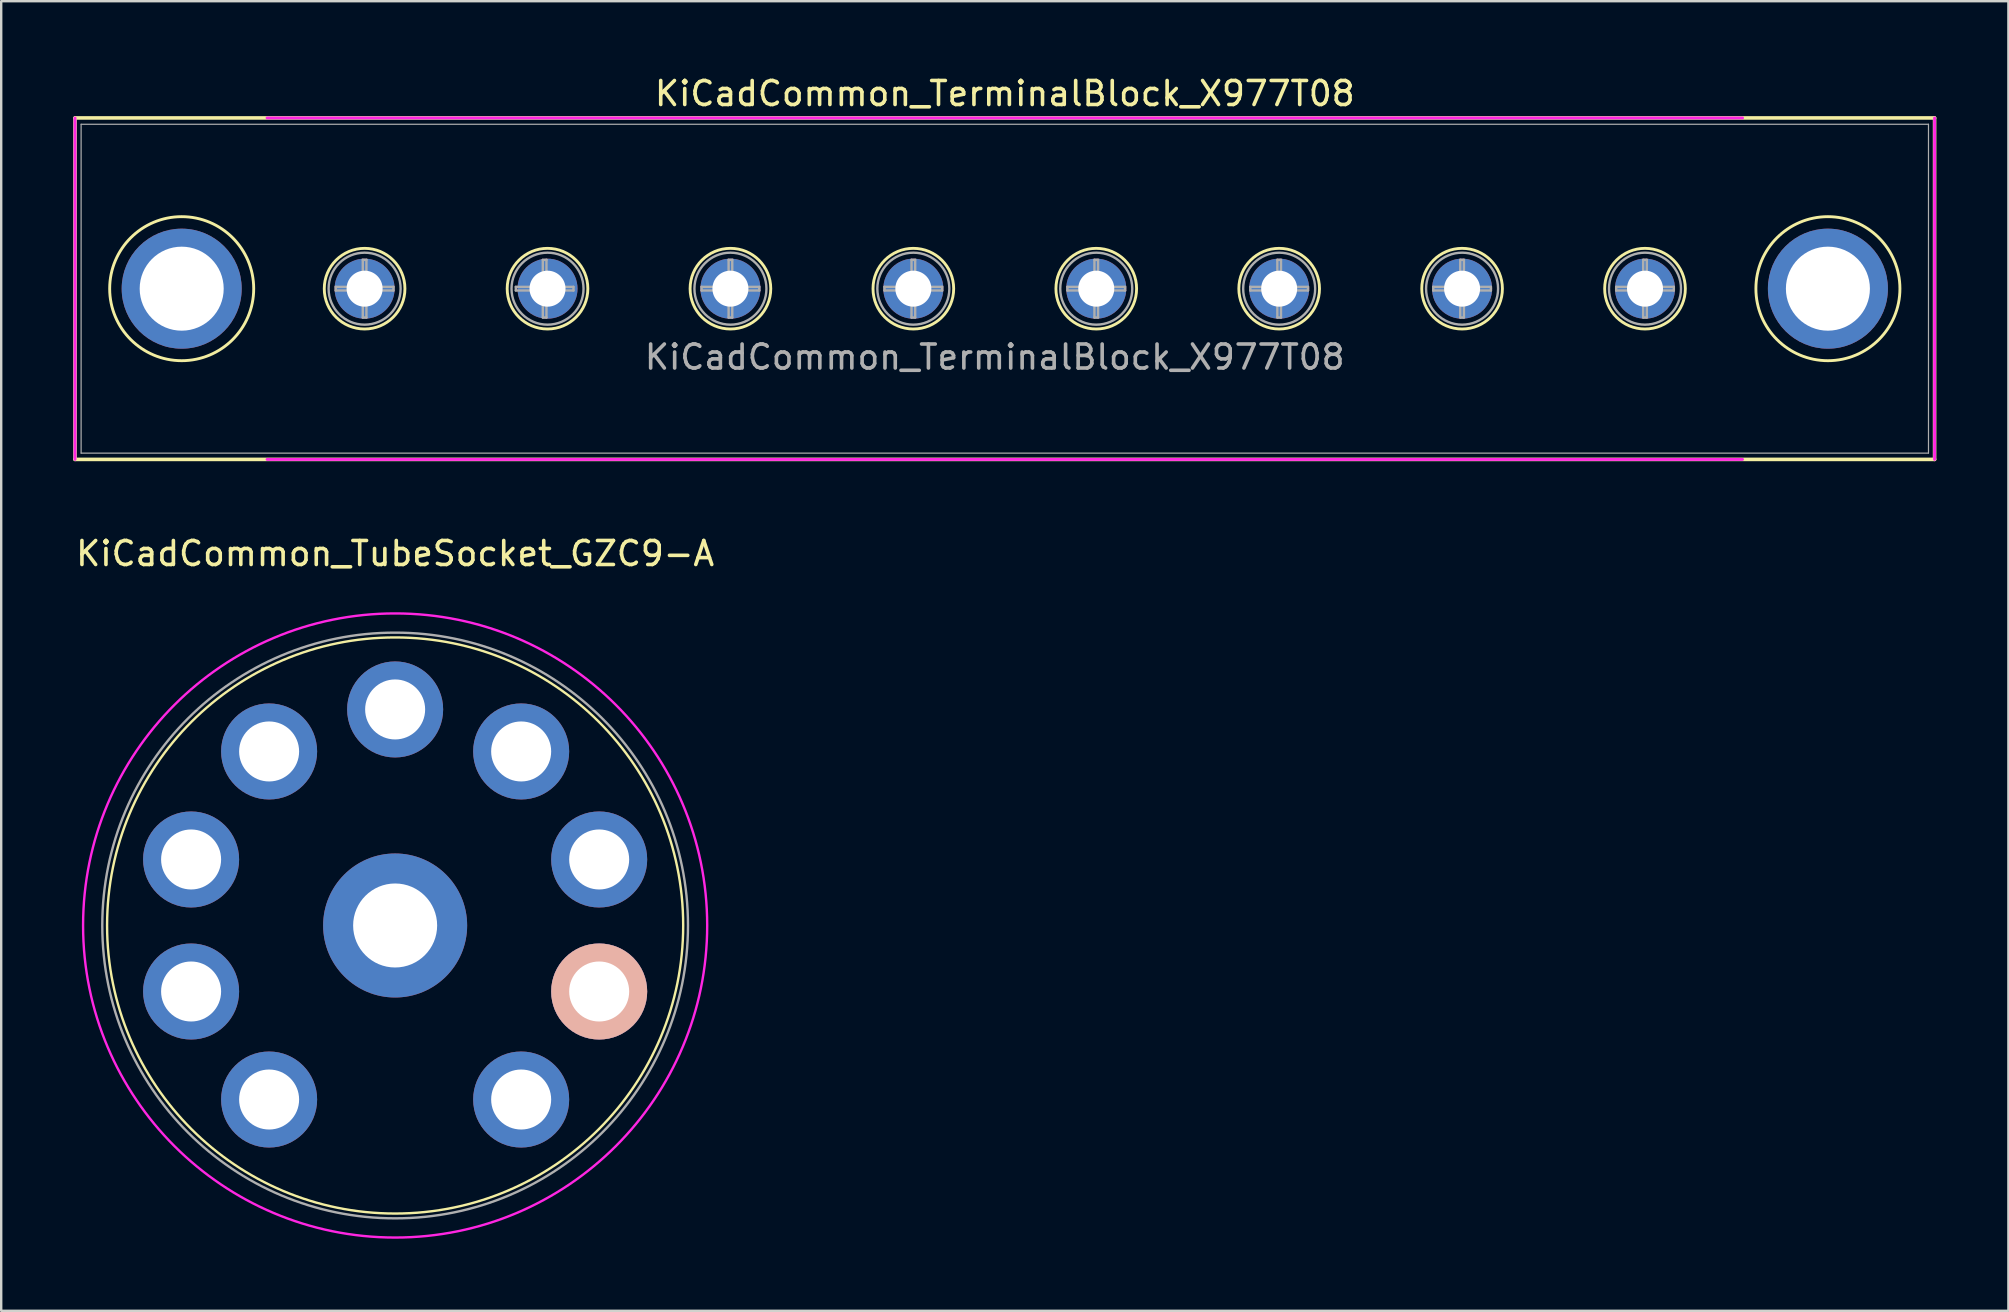
<source format=kicad_pcb>
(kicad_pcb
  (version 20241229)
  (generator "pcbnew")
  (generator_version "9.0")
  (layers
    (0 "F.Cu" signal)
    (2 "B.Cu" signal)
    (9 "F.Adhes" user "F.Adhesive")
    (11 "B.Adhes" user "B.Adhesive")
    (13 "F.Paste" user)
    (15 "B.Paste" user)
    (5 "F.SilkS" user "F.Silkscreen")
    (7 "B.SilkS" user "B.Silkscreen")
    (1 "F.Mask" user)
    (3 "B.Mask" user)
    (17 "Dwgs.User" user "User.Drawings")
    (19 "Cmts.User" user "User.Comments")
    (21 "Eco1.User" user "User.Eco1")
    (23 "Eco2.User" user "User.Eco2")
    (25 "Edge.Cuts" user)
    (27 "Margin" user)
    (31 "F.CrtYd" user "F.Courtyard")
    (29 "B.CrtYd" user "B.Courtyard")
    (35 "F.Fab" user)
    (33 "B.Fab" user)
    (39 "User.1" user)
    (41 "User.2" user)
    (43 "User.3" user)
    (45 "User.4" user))
  (footprint "KiCadCommon_TubeSocket_GZC9-A"
    (layer "F.Cu")
    (at 13.411 35.505)
    (property "Reference" "KiCadCommon_TubeSocket_GZC9-A" (at 0 -15.494 0) (layer "F.SilkS") (effects (font (size 1 1) (thickness 0.15))))
    (attr through_hole)
    (fp_circle (center 0 0) (end 12 0) (stroke (width 0.1) (type solid)) (fill no) (layer "F.SilkS"))
    (fp_circle (center 0 0) (end 13 0) (stroke (width 0.1) (type solid)) (fill no) (layer "F.CrtYd"))
    (fp_circle (center 0 0) (end 12.2 0) (stroke (width 0.1) (type solid)) (fill no) (layer "F.Fab"))
    (pad "1" thru_hole circle (at 5.25 7.25) (size 4 4) (drill 2.5) (layers "*.Cu" "*.Mask"))
    (pad "2" thru_hole circle (at 8.5 2.75) (size 4 4) (drill 2.5) (layers "*.Cu" "*.Mask" "B.SilkS"))
    (pad "3" thru_hole circle (at 8.5 -2.75) (size 4 4) (drill 2.5) (layers "*.Cu" "*.Mask"))
    (pad "4" thru_hole circle (at 5.25 -7.25) (size 4 4) (drill 2.5) (layers "*.Cu" "*.Mask"))
    (pad "5" thru_hole circle (at 0 -9) (size 4 4) (drill 2.5) (layers "*.Cu" "*.Mask"))
    (pad "6" thru_hole circle (at -5.25 -7.25) (size 4 4) (drill 2.5) (layers "*.Cu" "*.Mask"))
    (pad "7" thru_hole circle (at -8.5 -2.75) (size 4 4) (drill 2.5) (layers "*.Cu" "*.Mask"))
    (pad "8" thru_hole circle (at -8.5 2.75) (size 4 4) (drill 2.5) (layers "*.Cu" "*.Mask"))
    (pad "9" thru_hole circle (at -5.25 7.25) (size 4 4) (drill 2.5) (layers "*.Cu" "*.Mask"))
    (pad "10" thru_hole circle (at 0 0) (size 6 6) (drill 3.5) (layers "*.Cu" "*.Mask")))
  (footprint "KiCadCommon_TerminalBlock_X977T08"
    (layer "F.Cu")
    (at 12.139 8.976)
    (property "Reference" "KiCadCommon_TerminalBlock_X977T08" (at 26.67 -8.128 0) (layer "F.SilkS") (effects (font (size 1 1) (thickness 0.15))))
    (attr through_hole)
    (fp_line (start -12.064 -7.112) (end -12.064 7.112) (stroke (width 0.15) (type solid)) (layer "F.SilkS"))
    (fp_line (start -12.064 7.112) (end 65.404 7.112) (stroke (width 0.15) (type solid)) (layer "F.SilkS"))
    (fp_line (start 65.404 -7.112) (end -12.064 -7.112) (stroke (width 0.15) (type solid)) (layer "F.SilkS"))
    (fp_line (start 65.404 7.112) (end 65.404 -7.112) (stroke (width 0.15) (type solid)) (layer "F.SilkS"))
    (fp_circle (center -7.62 0) (end -4.62 0) (stroke (width 0.12) (type solid)) (fill no) (layer "F.SilkS"))
    (fp_circle (center 0 0) (end 1.68 0) (stroke (width 0.12) (type solid)) (fill no) (layer "F.SilkS"))
    (fp_circle (center 7.62 0) (end 9.3 0) (stroke (width 0.12) (type solid)) (fill no) (layer "F.SilkS"))
    (fp_circle (center 15.24 0) (end 16.92 0) (stroke (width 0.12) (type solid)) (fill no) (layer "F.SilkS"))
    (fp_circle (center 22.86 0) (end 24.54 0) (stroke (width 0.12) (type solid)) (fill no) (layer "F.SilkS"))
    (fp_circle (center 30.48 0) (end 32.16 0) (stroke (width 0.12) (type solid)) (fill no) (layer "F.SilkS"))
    (fp_circle (center 38.1 0) (end 39.78 0) (stroke (width 0.12) (type solid)) (fill no) (layer "F.SilkS"))
    (fp_circle (center 45.72 0) (end 47.4 0) (stroke (width 0.12) (type solid)) (fill no) (layer "F.SilkS"))
    (fp_circle (center 53.34 0) (end 55.02 0) (stroke (width 0.12) (type solid)) (fill no) (layer "F.SilkS"))
    (fp_circle (center 60.96 0) (end 63.96 0) (stroke (width 0.12) (type solid)) (fill no) (layer "F.SilkS"))
    (fp_line (start -12.064 7.112) (end -12.064 -7.112) (stroke (width 0.12) (type solid)) (layer "F.CrtYd"))
    (fp_line (start -4.064 -7.112) (end 57.404 -7.112) (stroke (width 0.12) (type solid)) (layer "F.CrtYd"))
    (fp_line (start 57.404 7.112) (end -4.064 7.112) (stroke (width 0.12) (type solid)) (layer "F.CrtYd"))
    (fp_line (start 65.404 -7.112) (end 65.404 7.112) (stroke (width 0.12) (type solid)) (layer "F.CrtYd"))
    (fp_line (start -11.81 -6.85) (end -11.81 6.85) (stroke (width 0.05) (type solid)) (layer "F.Fab"))
    (fp_line (start -11.81 6.85) (end 65.15 6.85) (stroke (width 0.05) (type solid)) (layer "F.Fab"))
    (fp_line (start -1.201 -0.076) (end -0.076 -0.076) (stroke (width 0.1) (type solid)) (layer "F.Fab"))
    (fp_line (start -1.201 0.076) (end -1.201 -0.076) (stroke (width 0.1) (type solid)) (layer "F.Fab"))
    (fp_line (start -0.076 -1.201) (end 0.076 -1.201) (stroke (width 0.1) (type solid)) (layer "F.Fab"))
    (fp_line (start -0.076 -0.076) (end -0.076 -1.201) (stroke (width 0.1) (type solid)) (layer "F.Fab"))
    (fp_line (start -0.076 0.076) (end -1.201 0.076) (stroke (width 0.1) (type solid)) (layer "F.Fab"))
    (fp_line (start -0.076 1.201) (end -0.076 0.076) (stroke (width 0.1) (type solid)) (layer "F.Fab"))
    (fp_line (start 0.076 -1.201) (end 0.076 -0.076) (stroke (width 0.1) (type solid)) (layer "F.Fab"))
    (fp_line (start 0.076 -0.076) (end 1.201 -0.076) (stroke (width 0.1) (type solid)) (layer "F.Fab"))
    (fp_line (start 0.076 0.076) (end 0.076 1.201) (stroke (width 0.1) (type solid)) (layer "F.Fab"))
    (fp_line (start 0.076 1.201) (end -0.076 1.201) (stroke (width 0.1) (type solid)) (layer "F.Fab"))
    (fp_line (start 1.201 -0.076) (end 1.201 0.076) (stroke (width 0.1) (type solid)) (layer "F.Fab"))
    (fp_line (start 1.201 0.076) (end 0.076 0.076) (stroke (width 0.1) (type solid)) (layer "F.Fab"))
    (fp_line (start 6.299 -0.076) (end 7.424 -0.076) (stroke (width 0.1) (type solid)) (layer "F.Fab"))
    (fp_line (start 6.299 0.076) (end 6.299 -0.076) (stroke (width 0.1) (type solid)) (layer "F.Fab"))
    (fp_line (start 7.424 -1.201) (end 7.576 -1.201) (stroke (width 0.1) (type solid)) (layer "F.Fab"))
    (fp_line (start 7.424 -0.076) (end 7.424 -1.201) (stroke (width 0.1) (type solid)) (layer "F.Fab"))
    (fp_line (start 7.424 0.076) (end 6.299 0.076) (stroke (width 0.1) (type solid)) (layer "F.Fab"))
    (fp_line (start 7.424 1.201) (end 7.424 0.076) (stroke (width 0.1) (type solid)) (layer "F.Fab"))
    (fp_line (start 7.576 -1.201) (end 7.576 -0.076) (stroke (width 0.1) (type solid)) (layer "F.Fab"))
    (fp_line (start 7.576 -0.076) (end 8.701 -0.076) (stroke (width 0.1) (type solid)) (layer "F.Fab"))
    (fp_line (start 7.576 0.076) (end 7.576 1.201) (stroke (width 0.1) (type solid)) (layer "F.Fab"))
    (fp_line (start 7.576 1.201) (end 7.424 1.201) (stroke (width 0.1) (type solid)) (layer "F.Fab"))
    (fp_line (start 8.701 -0.076) (end 8.701 0.076) (stroke (width 0.1) (type solid)) (layer "F.Fab"))
    (fp_line (start 8.701 0.076) (end 7.576 0.076) (stroke (width 0.1) (type solid)) (layer "F.Fab"))
    (fp_line (start 14.039 -0.076) (end 15.164 -0.076) (stroke (width 0.1) (type solid)) (layer "F.Fab"))
    (fp_line (start 14.039 0.076) (end 14.039 -0.076) (stroke (width 0.1) (type solid)) (layer "F.Fab"))
    (fp_line (start 15.164 -1.201) (end 15.316 -1.201) (stroke (width 0.1) (type solid)) (layer "F.Fab"))
    (fp_line (start 15.164 -0.076) (end 15.164 -1.201) (stroke (width 0.1) (type solid)) (layer "F.Fab"))
    (fp_line (start 15.164 0.076) (end 14.039 0.076) (stroke (width 0.1) (type solid)) (layer "F.Fab"))
    (fp_line (start 15.164 1.201) (end 15.164 0.076) (stroke (width 0.1) (type solid)) (layer "F.Fab"))
    (fp_line (start 15.316 -1.201) (end 15.316 -0.076) (stroke (width 0.1) (type solid)) (layer "F.Fab"))
    (fp_line (start 15.316 -0.076) (end 16.441 -0.076) (stroke (width 0.1) (type solid)) (layer "F.Fab"))
    (fp_line (start 15.316 0.076) (end 15.316 1.201) (stroke (width 0.1) (type solid)) (layer "F.Fab"))
    (fp_line (start 15.316 1.201) (end 15.164 1.201) (stroke (width 0.1) (type solid)) (layer "F.Fab"))
    (fp_line (start 16.441 -0.076) (end 16.441 0.076) (stroke (width 0.1) (type solid)) (layer "F.Fab"))
    (fp_line (start 16.441 0.076) (end 15.316 0.076) (stroke (width 0.1) (type solid)) (layer "F.Fab"))
    (fp_line (start 21.659 -0.076) (end 22.784 -0.076) (stroke (width 0.1) (type solid)) (layer "F.Fab"))
    (fp_line (start 21.659 0.076) (end 21.659 -0.076) (stroke (width 0.1) (type solid)) (layer "F.Fab"))
    (fp_line (start 22.784 -1.201) (end 22.936 -1.201) (stroke (width 0.1) (type solid)) (layer "F.Fab"))
    (fp_line (start 22.784 -0.076) (end 22.784 -1.201) (stroke (width 0.1) (type solid)) (layer "F.Fab"))
    (fp_line (start 22.784 0.076) (end 21.659 0.076) (stroke (width 0.1) (type solid)) (layer "F.Fab"))
    (fp_line (start 22.784 1.201) (end 22.784 0.076) (stroke (width 0.1) (type solid)) (layer "F.Fab"))
    (fp_line (start 22.936 -1.201) (end 22.936 -0.076) (stroke (width 0.1) (type solid)) (layer "F.Fab"))
    (fp_line (start 22.936 -0.076) (end 24.061 -0.076) (stroke (width 0.1) (type solid)) (layer "F.Fab"))
    (fp_line (start 22.936 0.076) (end 22.936 1.201) (stroke (width 0.1) (type solid)) (layer "F.Fab"))
    (fp_line (start 22.936 1.201) (end 22.784 1.201) (stroke (width 0.1) (type solid)) (layer "F.Fab"))
    (fp_line (start 24.061 -0.076) (end 24.061 0.076) (stroke (width 0.1) (type solid)) (layer "F.Fab"))
    (fp_line (start 24.061 0.076) (end 22.936 0.076) (stroke (width 0.1) (type solid)) (layer "F.Fab"))
    (fp_line (start 29.279 -0.076) (end 30.404 -0.076) (stroke (width 0.1) (type solid)) (layer "F.Fab"))
    (fp_line (start 29.279 0.076) (end 29.279 -0.076) (stroke (width 0.1) (type solid)) (layer "F.Fab"))
    (fp_line (start 30.404 -1.201) (end 30.556 -1.201) (stroke (width 0.1) (type solid)) (layer "F.Fab"))
    (fp_line (start 30.404 -0.076) (end 30.404 -1.201) (stroke (width 0.1) (type solid)) (layer "F.Fab"))
    (fp_line (start 30.404 0.076) (end 29.279 0.076) (stroke (width 0.1) (type solid)) (layer "F.Fab"))
    (fp_line (start 30.404 1.201) (end 30.404 0.076) (stroke (width 0.1) (type solid)) (layer "F.Fab"))
    (fp_line (start 30.556 -1.201) (end 30.556 -0.076) (stroke (width 0.1) (type solid)) (layer "F.Fab"))
    (fp_line (start 30.556 -0.076) (end 31.681 -0.076) (stroke (width 0.1) (type solid)) (layer "F.Fab"))
    (fp_line (start 30.556 0.076) (end 30.556 1.201) (stroke (width 0.1) (type solid)) (layer "F.Fab"))
    (fp_line (start 30.556 1.201) (end 30.404 1.201) (stroke (width 0.1) (type solid)) (layer "F.Fab"))
    (fp_line (start 31.681 -0.076) (end 31.681 0.076) (stroke (width 0.1) (type solid)) (layer "F.Fab"))
    (fp_line (start 31.681 0.076) (end 30.556 0.076) (stroke (width 0.1) (type solid)) (layer "F.Fab"))
    (fp_line (start 36.899 -0.076) (end 38.024 -0.076) (stroke (width 0.1) (type solid)) (layer "F.Fab"))
    (fp_line (start 36.899 0.076) (end 36.899 -0.076) (stroke (width 0.1) (type solid)) (layer "F.Fab"))
    (fp_line (start 38.024 -1.201) (end 38.176 -1.201) (stroke (width 0.1) (type solid)) (layer "F.Fab"))
    (fp_line (start 38.024 -0.076) (end 38.024 -1.201) (stroke (width 0.1) (type solid)) (layer "F.Fab"))
    (fp_line (start 38.024 0.076) (end 36.899 0.076) (stroke (width 0.1) (type solid)) (layer "F.Fab"))
    (fp_line (start 38.024 1.201) (end 38.024 0.076) (stroke (width 0.1) (type solid)) (layer "F.Fab"))
    (fp_line (start 38.176 -1.201) (end 38.176 -0.076) (stroke (width 0.1) (type solid)) (layer "F.Fab"))
    (fp_line (start 38.176 -0.076) (end 39.301 -0.076) (stroke (width 0.1) (type solid)) (layer "F.Fab"))
    (fp_line (start 38.176 0.076) (end 38.176 1.201) (stroke (width 0.1) (type solid)) (layer "F.Fab"))
    (fp_line (start 38.176 1.201) (end 38.024 1.201) (stroke (width 0.1) (type solid)) (layer "F.Fab"))
    (fp_line (start 39.301 -0.076) (end 39.301 0.076) (stroke (width 0.1) (type solid)) (layer "F.Fab"))
    (fp_line (start 39.301 0.076) (end 38.176 0.076) (stroke (width 0.1) (type solid)) (layer "F.Fab"))
    (fp_line (start 44.519 -0.076) (end 45.644 -0.076) (stroke (width 0.1) (type solid)) (layer "F.Fab"))
    (fp_line (start 44.519 0.076) (end 44.519 -0.076) (stroke (width 0.1) (type solid)) (layer "F.Fab"))
    (fp_line (start 45.644 -1.201) (end 45.796 -1.201) (stroke (width 0.1) (type solid)) (layer "F.Fab"))
    (fp_line (start 45.644 -0.076) (end 45.644 -1.201) (stroke (width 0.1) (type solid)) (layer "F.Fab"))
    (fp_line (start 45.644 0.076) (end 44.519 0.076) (stroke (width 0.1) (type solid)) (layer "F.Fab"))
    (fp_line (start 45.644 1.201) (end 45.644 0.076) (stroke (width 0.1) (type solid)) (layer "F.Fab"))
    (fp_line (start 45.796 -1.201) (end 45.796 -0.076) (stroke (width 0.1) (type solid)) (layer "F.Fab"))
    (fp_line (start 45.796 -0.076) (end 46.921 -0.076) (stroke (width 0.1) (type solid)) (layer "F.Fab"))
    (fp_line (start 45.796 0.076) (end 45.796 1.201) (stroke (width 0.1) (type solid)) (layer "F.Fab"))
    (fp_line (start 45.796 1.201) (end 45.644 1.201) (stroke (width 0.1) (type solid)) (layer "F.Fab"))
    (fp_line (start 46.921 -0.076) (end 46.921 0.076) (stroke (width 0.1) (type solid)) (layer "F.Fab"))
    (fp_line (start 46.921 0.076) (end 45.796 0.076) (stroke (width 0.1) (type solid)) (layer "F.Fab"))
    (fp_line (start 52.139 -0.076) (end 53.264 -0.076) (stroke (width 0.1) (type solid)) (layer "F.Fab"))
    (fp_line (start 52.139 0.076) (end 52.139 -0.076) (stroke (width 0.1) (type solid)) (layer "F.Fab"))
    (fp_line (start 53.264 -1.201) (end 53.416 -1.201) (stroke (width 0.1) (type solid)) (layer "F.Fab"))
    (fp_line (start 53.264 -0.076) (end 53.264 -1.201) (stroke (width 0.1) (type solid)) (layer "F.Fab"))
    (fp_line (start 53.264 0.076) (end 52.139 0.076) (stroke (width 0.1) (type solid)) (layer "F.Fab"))
    (fp_line (start 53.264 1.201) (end 53.264 0.076) (stroke (width 0.1) (type solid)) (layer "F.Fab"))
    (fp_line (start 53.416 -1.201) (end 53.416 -0.076) (stroke (width 0.1) (type solid)) (layer "F.Fab"))
    (fp_line (start 53.416 -0.076) (end 54.541 -0.076) (stroke (width 0.1) (type solid)) (layer "F.Fab"))
    (fp_line (start 53.416 0.076) (end 53.416 1.201) (stroke (width 0.1) (type solid)) (layer "F.Fab"))
    (fp_line (start 53.416 1.201) (end 53.264 1.201) (stroke (width 0.1) (type solid)) (layer "F.Fab"))
    (fp_line (start 54.541 -0.076) (end 54.541 0.076) (stroke (width 0.1) (type solid)) (layer "F.Fab"))
    (fp_line (start 54.541 0.076) (end 53.416 0.076) (stroke (width 0.1) (type solid)) (layer "F.Fab"))
    (fp_line (start 65.15 -6.85) (end -11.81 -6.85) (stroke (width 0.05) (type solid)) (layer "F.Fab"))
    (fp_line (start 65.15 6.85) (end 65.15 -6.85) (stroke (width 0.05) (type solid)) (layer "F.Fab"))
    (fp_circle (center 0 0) (end 1.5 0) (stroke (width 0.1) (type solid)) (fill no) (layer "F.Fab"))
    (fp_circle (center 7.62 0) (end 9.12 0) (stroke (width 0.1) (type solid)) (fill no) (layer "F.Fab"))
    (fp_circle (center 15.24 0) (end 16.74 0) (stroke (width 0.1) (type solid)) (fill no) (layer "F.Fab"))
    (fp_circle (center 22.86 0) (end 24.36 0) (stroke (width 0.1) (type solid)) (fill no) (layer "F.Fab"))
    (fp_circle (center 30.48 0) (end 31.98 0) (stroke (width 0.1) (type solid)) (fill no) (layer "F.Fab"))
    (fp_circle (center 38.1 0) (end 39.6 0) (stroke (width 0.1) (type solid)) (fill no) (layer "F.Fab"))
    (fp_circle (center 45.72 0) (end 47.22 0) (stroke (width 0.1) (type solid)) (fill no) (layer "F.Fab"))
    (fp_circle (center 53.34 0) (end 54.84 0) (stroke (width 0.1) (type solid)) (fill no) (layer "F.Fab"))
    (fp_text user "${REFERENCE}" (at 26.25 2.85 0) (layer "F.Fab") (effects (font (size 1 1) (thickness 0.15))))
    (pad "" thru_hole circle (at -7.62 0) (size 5 5) (drill 3.5) (layers "*.Cu" "*.Mask"))
    (pad "" thru_hole circle (at 60.96 0) (size 5 5) (drill 3.5) (layers "*.Cu" "*.Mask"))
    (pad "1" thru_hole circle (at 0 0) (size 2.5 2.5) (drill 1.5) (layers "*.Cu" "*.Mask"))
    (pad "2" thru_hole circle (at 7.62 0) (size 2.5 2.5) (drill 1.5) (layers "*.Cu" "*.Mask"))
    (pad "3" thru_hole circle (at 15.24 0) (size 2.5 2.5) (drill 1.5) (layers "*.Cu" "*.Mask"))
    (pad "4" thru_hole circle (at 22.86 0) (size 2.5 2.5) (drill 1.5) (layers "*.Cu" "*.Mask"))
    (pad "5" thru_hole circle (at 30.48 0) (size 2.5 2.5) (drill 1.5) (layers "*.Cu" "*.Mask"))
    (pad "6" thru_hole circle (at 38.1 0) (size 2.5 2.5) (drill 1.5) (layers "*.Cu" "*.Mask"))
    (pad "7" thru_hole circle (at 45.72 0) (size 2.5 2.5) (drill 1.5) (layers "*.Cu" "*.Mask"))
    (pad "8" thru_hole circle (at 53.34 0) (size 2.5 2.5) (drill 1.5) (layers "*.Cu" "*.Mask")))
  (gr_rect
    (start -3 -3)
    (end 80.618 51.556)
    (stroke (width 0.1) (type default))
    (fill no)
    (layer "Edge.Cuts")))
</source>
